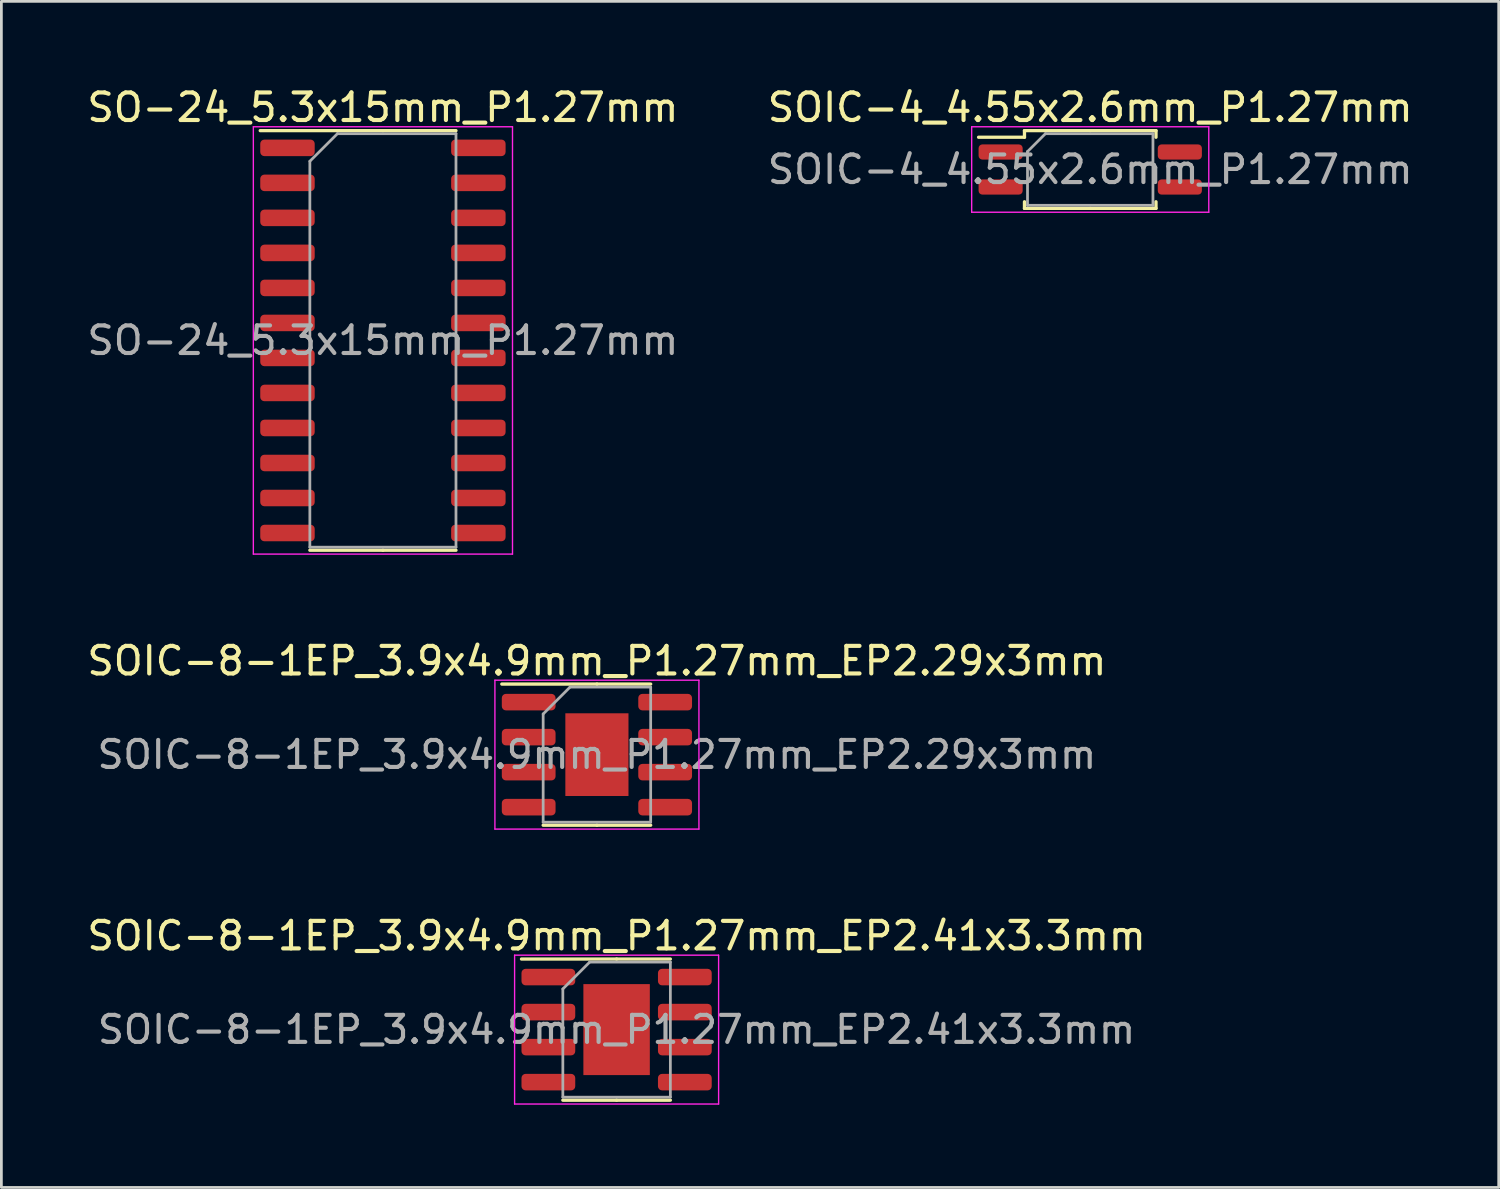
<source format=kicad_pcb>
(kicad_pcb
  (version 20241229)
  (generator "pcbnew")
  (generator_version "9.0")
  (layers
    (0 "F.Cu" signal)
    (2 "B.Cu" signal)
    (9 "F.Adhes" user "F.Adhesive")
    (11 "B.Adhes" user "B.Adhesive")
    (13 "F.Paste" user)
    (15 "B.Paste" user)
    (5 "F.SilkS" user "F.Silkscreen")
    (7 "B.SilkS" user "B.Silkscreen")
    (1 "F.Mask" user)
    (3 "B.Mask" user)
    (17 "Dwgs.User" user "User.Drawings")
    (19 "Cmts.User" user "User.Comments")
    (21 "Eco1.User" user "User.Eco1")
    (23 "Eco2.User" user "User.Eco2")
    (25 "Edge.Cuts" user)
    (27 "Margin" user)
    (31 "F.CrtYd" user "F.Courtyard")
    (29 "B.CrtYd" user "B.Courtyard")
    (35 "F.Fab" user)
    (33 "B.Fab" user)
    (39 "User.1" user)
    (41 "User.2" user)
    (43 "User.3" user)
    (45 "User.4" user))
  (footprint "SOIC-8-1EP_3.9x4.9mm_P1.27mm_EP2.29x3mm"
    (layer "F.Cu")
    (at 18.601 24.322)
    (property "Reference" "SOIC-8-1EP_3.9x4.9mm_P1.27mm_EP2.29x3mm" (at 0 -3.4 0) (layer "F.SilkS") (effects (font (size 1 1) (thickness 0.15))))
    (attr smd)
    (fp_line (start 0 -2.56) (end -3.45 -2.56) (stroke (width 0.12) (type solid)) (layer "F.SilkS"))
    (fp_line (start 0 -2.56) (end 1.95 -2.56) (stroke (width 0.12) (type solid)) (layer "F.SilkS"))
    (fp_line (start 0 2.56) (end -1.95 2.56) (stroke (width 0.12) (type solid)) (layer "F.SilkS"))
    (fp_line (start 0 2.56) (end 1.95 2.56) (stroke (width 0.12) (type solid)) (layer "F.SilkS"))
    (fp_line (start -3.7 -2.7) (end -3.7 2.7) (stroke (width 0.05) (type solid)) (layer "F.CrtYd"))
    (fp_line (start -3.7 2.7) (end 3.7 2.7) (stroke (width 0.05) (type solid)) (layer "F.CrtYd"))
    (fp_line (start 3.7 -2.7) (end -3.7 -2.7) (stroke (width 0.05) (type solid)) (layer "F.CrtYd"))
    (fp_line (start 3.7 2.7) (end 3.7 -2.7) (stroke (width 0.05) (type solid)) (layer "F.CrtYd"))
    (fp_line (start -1.95 -1.475) (end -0.975 -2.45) (stroke (width 0.1) (type solid)) (layer "F.Fab"))
    (fp_line (start -1.95 2.45) (end -1.95 -1.475) (stroke (width 0.1) (type solid)) (layer "F.Fab"))
    (fp_line (start -0.975 -2.45) (end 1.95 -2.45) (stroke (width 0.1) (type solid)) (layer "F.Fab"))
    (fp_line (start 1.95 -2.45) (end 1.95 2.45) (stroke (width 0.1) (type solid)) (layer "F.Fab"))
    (fp_line (start 1.95 2.45) (end -1.95 2.45) (stroke (width 0.1) (type solid)) (layer "F.Fab"))
    (fp_text user "${REFERENCE}" (at 0 0 0) (layer "F.Fab") (effects (font (size 0.98 0.98) (thickness 0.15))))
    (pad "" smd roundrect (at -0.57 -0.75) (size 0.92 1.21) (layers "F.Paste") (roundrect_rratio 0.25))
    (pad "" smd roundrect (at -0.57 0.75) (size 0.92 1.21) (layers "F.Paste") (roundrect_rratio 0.25))
    (pad "" smd roundrect (at 0.57 -0.75) (size 0.92 1.21) (layers "F.Paste") (roundrect_rratio 0.25))
    (pad "" smd roundrect (at 0.57 0.75) (size 0.92 1.21) (layers "F.Paste") (roundrect_rratio 0.25))
    (pad "1" smd roundrect (at -2.475 -1.905) (size 1.95 0.6) (layers "F.Cu" "F.Mask" "F.Paste") (roundrect_rratio 0.25))
    (pad "2" smd roundrect (at -2.475 -0.635) (size 1.95 0.6) (layers "F.Cu" "F.Mask" "F.Paste") (roundrect_rratio 0.25))
    (pad "3" smd roundrect (at -2.475 0.635) (size 1.95 0.6) (layers "F.Cu" "F.Mask" "F.Paste") (roundrect_rratio 0.25))
    (pad "4" smd roundrect (at -2.475 1.905) (size 1.95 0.6) (layers "F.Cu" "F.Mask" "F.Paste") (roundrect_rratio 0.25))
    (pad "5" smd roundrect (at 2.475 1.905) (size 1.95 0.6) (layers "F.Cu" "F.Mask" "F.Paste") (roundrect_rratio 0.25))
    (pad "6" smd roundrect (at 2.475 0.635) (size 1.95 0.6) (layers "F.Cu" "F.Mask" "F.Paste") (roundrect_rratio 0.25))
    (pad "7" smd roundrect (at 2.475 -0.635) (size 1.95 0.6) (layers "F.Cu" "F.Mask" "F.Paste") (roundrect_rratio 0.25))
    (pad "8" smd roundrect (at 2.475 -1.905) (size 1.95 0.6) (layers "F.Cu" "F.Mask" "F.Paste") (roundrect_rratio 0.25))
    (pad "9" smd rect (at 0 0) (size 2.29 3) (layers "F.Cu" "F.Mask")))
  (footprint "SO-24_5.3x15mm_P1.27mm"
    (layer "F.Cu")
    (at 10.839 9.298)
    (property "Reference" "SO-24_5.3x15mm_P1.27mm" (at 0 -8.45 0) (layer "F.SilkS") (effects (font (size 1 1) (thickness 0.15))))
    (attr smd)
    (fp_line (start 0 -7.61) (end -4.45 -7.61) (stroke (width 0.12) (type solid)) (layer "F.SilkS"))
    (fp_line (start 0 -7.61) (end 2.65 -7.61) (stroke (width 0.12) (type solid)) (layer "F.SilkS"))
    (fp_line (start 0 7.61) (end -2.65 7.61) (stroke (width 0.12) (type solid)) (layer "F.SilkS"))
    (fp_line (start 0 7.61) (end 2.65 7.61) (stroke (width 0.12) (type solid)) (layer "F.SilkS"))
    (fp_line (start -4.7 -7.75) (end -4.7 7.75) (stroke (width 0.05) (type solid)) (layer "F.CrtYd"))
    (fp_line (start -4.7 7.75) (end 4.7 7.75) (stroke (width 0.05) (type solid)) (layer "F.CrtYd"))
    (fp_line (start 4.7 -7.75) (end -4.7 -7.75) (stroke (width 0.05) (type solid)) (layer "F.CrtYd"))
    (fp_line (start 4.7 7.75) (end 4.7 -7.75) (stroke (width 0.05) (type solid)) (layer "F.CrtYd"))
    (fp_line (start -2.65 -6.5) (end -1.65 -7.5) (stroke (width 0.1) (type solid)) (layer "F.Fab"))
    (fp_line (start -2.65 7.5) (end -2.65 -6.5) (stroke (width 0.1) (type solid)) (layer "F.Fab"))
    (fp_line (start -1.65 -7.5) (end 2.65 -7.5) (stroke (width 0.1) (type solid)) (layer "F.Fab"))
    (fp_line (start 2.65 -7.5) (end 2.65 7.5) (stroke (width 0.1) (type solid)) (layer "F.Fab"))
    (fp_line (start 2.65 7.5) (end -2.65 7.5) (stroke (width 0.1) (type solid)) (layer "F.Fab"))
    (fp_text user "${REFERENCE}" (at 0 0 0) (layer "F.Fab") (effects (font (size 1 1) (thickness 0.15))))
    (pad "1" smd roundrect (at -3.462 -6.985) (size 1.975 0.6) (layers "F.Cu" "F.Mask" "F.Paste") (roundrect_rratio 0.25))
    (pad "2" smd roundrect (at -3.462 -5.715) (size 1.975 0.6) (layers "F.Cu" "F.Mask" "F.Paste") (roundrect_rratio 0.25))
    (pad "3" smd roundrect (at -3.462 -4.445) (size 1.975 0.6) (layers "F.Cu" "F.Mask" "F.Paste") (roundrect_rratio 0.25))
    (pad "4" smd roundrect (at -3.462 -3.175) (size 1.975 0.6) (layers "F.Cu" "F.Mask" "F.Paste") (roundrect_rratio 0.25))
    (pad "5" smd roundrect (at -3.462 -1.905) (size 1.975 0.6) (layers "F.Cu" "F.Mask" "F.Paste") (roundrect_rratio 0.25))
    (pad "6" smd roundrect (at -3.462 -0.635) (size 1.975 0.6) (layers "F.Cu" "F.Mask" "F.Paste") (roundrect_rratio 0.25))
    (pad "7" smd roundrect (at -3.462 0.635) (size 1.975 0.6) (layers "F.Cu" "F.Mask" "F.Paste") (roundrect_rratio 0.25))
    (pad "8" smd roundrect (at -3.462 1.905) (size 1.975 0.6) (layers "F.Cu" "F.Mask" "F.Paste") (roundrect_rratio 0.25))
    (pad "9" smd roundrect (at -3.462 3.175) (size 1.975 0.6) (layers "F.Cu" "F.Mask" "F.Paste") (roundrect_rratio 0.25))
    (pad "10" smd roundrect (at -3.462 4.445) (size 1.975 0.6) (layers "F.Cu" "F.Mask" "F.Paste") (roundrect_rratio 0.25))
    (pad "11" smd roundrect (at -3.462 5.715) (size 1.975 0.6) (layers "F.Cu" "F.Mask" "F.Paste") (roundrect_rratio 0.25))
    (pad "12" smd roundrect (at -3.462 6.985) (size 1.975 0.6) (layers "F.Cu" "F.Mask" "F.Paste") (roundrect_rratio 0.25))
    (pad "13" smd roundrect (at 3.462 6.985) (size 1.975 0.6) (layers "F.Cu" "F.Mask" "F.Paste") (roundrect_rratio 0.25))
    (pad "14" smd roundrect (at 3.462 5.715) (size 1.975 0.6) (layers "F.Cu" "F.Mask" "F.Paste") (roundrect_rratio 0.25))
    (pad "15" smd roundrect (at 3.462 4.445) (size 1.975 0.6) (layers "F.Cu" "F.Mask" "F.Paste") (roundrect_rratio 0.25))
    (pad "16" smd roundrect (at 3.462 3.175) (size 1.975 0.6) (layers "F.Cu" "F.Mask" "F.Paste") (roundrect_rratio 0.25))
    (pad "17" smd roundrect (at 3.462 1.905) (size 1.975 0.6) (layers "F.Cu" "F.Mask" "F.Paste") (roundrect_rratio 0.25))
    (pad "18" smd roundrect (at 3.462 0.635) (size 1.975 0.6) (layers "F.Cu" "F.Mask" "F.Paste") (roundrect_rratio 0.25))
    (pad "19" smd roundrect (at 3.462 -0.635) (size 1.975 0.6) (layers "F.Cu" "F.Mask" "F.Paste") (roundrect_rratio 0.25))
    (pad "20" smd roundrect (at 3.462 -1.905) (size 1.975 0.6) (layers "F.Cu" "F.Mask" "F.Paste") (roundrect_rratio 0.25))
    (pad "21" smd roundrect (at 3.462 -3.175) (size 1.975 0.6) (layers "F.Cu" "F.Mask" "F.Paste") (roundrect_rratio 0.25))
    (pad "22" smd roundrect (at 3.462 -4.445) (size 1.975 0.6) (layers "F.Cu" "F.Mask" "F.Paste") (roundrect_rratio 0.25))
    (pad "23" smd roundrect (at 3.462 -5.715) (size 1.975 0.6) (layers "F.Cu" "F.Mask" "F.Paste") (roundrect_rratio 0.25))
    (pad "24" smd roundrect (at 3.462 -6.985) (size 1.975 0.6) (layers "F.Cu" "F.Mask" "F.Paste") (roundrect_rratio 0.25)))
  (footprint "SOIC-8-1EP_3.9x4.9mm_P1.27mm_EP2.41x3.3mm"
    (layer "F.Cu")
    (at 19.315 34.295)
    (property "Reference" "SOIC-8-1EP_3.9x4.9mm_P1.27mm_EP2.41x3.3mm" (at 0 -3.4 0) (layer "F.SilkS") (effects (font (size 1 1) (thickness 0.15))))
    (attr smd)
    (fp_line (start 0 -2.56) (end -3.45 -2.56) (stroke (width 0.12) (type solid)) (layer "F.SilkS"))
    (fp_line (start 0 -2.56) (end 1.95 -2.56) (stroke (width 0.12) (type solid)) (layer "F.SilkS"))
    (fp_line (start 0 2.56) (end -1.95 2.56) (stroke (width 0.12) (type solid)) (layer "F.SilkS"))
    (fp_line (start 0 2.56) (end 1.95 2.56) (stroke (width 0.12) (type solid)) (layer "F.SilkS"))
    (fp_line (start -3.7 -2.7) (end -3.7 2.7) (stroke (width 0.05) (type solid)) (layer "F.CrtYd"))
    (fp_line (start -3.7 2.7) (end 3.7 2.7) (stroke (width 0.05) (type solid)) (layer "F.CrtYd"))
    (fp_line (start 3.7 -2.7) (end -3.7 -2.7) (stroke (width 0.05) (type solid)) (layer "F.CrtYd"))
    (fp_line (start 3.7 2.7) (end 3.7 -2.7) (stroke (width 0.05) (type solid)) (layer "F.CrtYd"))
    (fp_line (start -1.95 -1.475) (end -0.975 -2.45) (stroke (width 0.1) (type solid)) (layer "F.Fab"))
    (fp_line (start -1.95 2.45) (end -1.95 -1.475) (stroke (width 0.1) (type solid)) (layer "F.Fab"))
    (fp_line (start -0.975 -2.45) (end 1.95 -2.45) (stroke (width 0.1) (type solid)) (layer "F.Fab"))
    (fp_line (start 1.95 -2.45) (end 1.95 2.45) (stroke (width 0.1) (type solid)) (layer "F.Fab"))
    (fp_line (start 1.95 2.45) (end -1.95 2.45) (stroke (width 0.1) (type solid)) (layer "F.Fab"))
    (fp_text user "${REFERENCE}" (at 0 0 0) (layer "F.Fab") (effects (font (size 0.98 0.98) (thickness 0.15))))
    (pad "" smd roundrect (at -0.6 -0.825) (size 0.97 1.33) (layers "F.Paste") (roundrect_rratio 0.25))
    (pad "" smd roundrect (at -0.6 0.825) (size 0.97 1.33) (layers "F.Paste") (roundrect_rratio 0.25))
    (pad "" smd roundrect (at 0.6 -0.825) (size 0.97 1.33) (layers "F.Paste") (roundrect_rratio 0.25))
    (pad "" smd roundrect (at 0.6 0.825) (size 0.97 1.33) (layers "F.Paste") (roundrect_rratio 0.25))
    (pad "1" smd roundrect (at -2.475 -1.905) (size 1.95 0.6) (layers "F.Cu" "F.Mask" "F.Paste") (roundrect_rratio 0.25))
    (pad "2" smd roundrect (at -2.475 -0.635) (size 1.95 0.6) (layers "F.Cu" "F.Mask" "F.Paste") (roundrect_rratio 0.25))
    (pad "3" smd roundrect (at -2.475 0.635) (size 1.95 0.6) (layers "F.Cu" "F.Mask" "F.Paste") (roundrect_rratio 0.25))
    (pad "4" smd roundrect (at -2.475 1.905) (size 1.95 0.6) (layers "F.Cu" "F.Mask" "F.Paste") (roundrect_rratio 0.25))
    (pad "5" smd roundrect (at 2.475 1.905) (size 1.95 0.6) (layers "F.Cu" "F.Mask" "F.Paste") (roundrect_rratio 0.25))
    (pad "6" smd roundrect (at 2.475 0.635) (size 1.95 0.6) (layers "F.Cu" "F.Mask" "F.Paste") (roundrect_rratio 0.25))
    (pad "7" smd roundrect (at 2.475 -0.635) (size 1.95 0.6) (layers "F.Cu" "F.Mask" "F.Paste") (roundrect_rratio 0.25))
    (pad "8" smd roundrect (at 2.475 -1.905) (size 1.95 0.6) (layers "F.Cu" "F.Mask" "F.Paste") (roundrect_rratio 0.25))
    (pad "9" smd rect (at 0 0) (size 2.41 3.3) (layers "F.Cu" "F.Mask")))
  (footprint "SOIC-4_4.55x2.6mm_P1.27mm"
    (layer "F.Cu")
    (at 36.494 3.098)
    (property "Reference" "SOIC-4_4.55x2.6mm_P1.27mm" (at 0 -2.25 0) (layer "F.SilkS") (effects (font (size 1 1) (thickness 0.15))))
    (attr smd)
    (fp_line (start -2.385 -1.41) (end -2.385 -1.17) (stroke (width 0.12) (type solid)) (layer "F.SilkS"))
    (fp_line (start -2.385 -1.17) (end -4.05 -1.17) (stroke (width 0.12) (type solid)) (layer "F.SilkS"))
    (fp_line (start -2.385 1.41) (end -2.385 1.17) (stroke (width 0.12) (type solid)) (layer "F.SilkS"))
    (fp_line (start 0 -1.41) (end -2.385 -1.41) (stroke (width 0.12) (type solid)) (layer "F.SilkS"))
    (fp_line (start 0 -1.41) (end 2.385 -1.41) (stroke (width 0.12) (type solid)) (layer "F.SilkS"))
    (fp_line (start 0 1.41) (end -2.385 1.41) (stroke (width 0.12) (type solid)) (layer "F.SilkS"))
    (fp_line (start 0 1.41) (end 2.385 1.41) (stroke (width 0.12) (type solid)) (layer "F.SilkS"))
    (fp_line (start 2.385 -1.41) (end 2.385 -1.17) (stroke (width 0.12) (type solid)) (layer "F.SilkS"))
    (fp_line (start 2.385 1.41) (end 2.385 1.17) (stroke (width 0.12) (type solid)) (layer "F.SilkS"))
    (fp_line (start -4.3 -1.55) (end -4.3 1.55) (stroke (width 0.05) (type solid)) (layer "F.CrtYd"))
    (fp_line (start -4.3 1.55) (end 4.3 1.55) (stroke (width 0.05) (type solid)) (layer "F.CrtYd"))
    (fp_line (start 4.3 -1.55) (end -4.3 -1.55) (stroke (width 0.05) (type solid)) (layer "F.CrtYd"))
    (fp_line (start 4.3 1.55) (end 4.3 -1.55) (stroke (width 0.05) (type solid)) (layer "F.CrtYd"))
    (fp_line (start -2.275 -0.65) (end -1.625 -1.3) (stroke (width 0.1) (type solid)) (layer "F.Fab"))
    (fp_line (start -2.275 1.3) (end -2.275 -0.65) (stroke (width 0.1) (type solid)) (layer "F.Fab"))
    (fp_line (start -1.625 -1.3) (end 2.275 -1.3) (stroke (width 0.1) (type solid)) (layer "F.Fab"))
    (fp_line (start 2.275 -1.3) (end 2.275 1.3) (stroke (width 0.1) (type solid)) (layer "F.Fab"))
    (fp_line (start 2.275 1.3) (end -2.275 1.3) (stroke (width 0.1) (type solid)) (layer "F.Fab"))
    (fp_text user "${REFERENCE}" (at 0 0 0) (layer "F.Fab") (effects (font (size 1 1) (thickness 0.15))))
    (pad "1" smd roundrect (at -3.25 -0.635) (size 1.6 0.55) (layers "F.Cu" "F.Mask" "F.Paste") (roundrect_rratio 0.25))
    (pad "2" smd roundrect (at -3.25 0.635) (size 1.6 0.55) (layers "F.Cu" "F.Mask" "F.Paste") (roundrect_rratio 0.25))
    (pad "3" smd roundrect (at 3.25 0.635) (size 1.6 0.55) (layers "F.Cu" "F.Mask" "F.Paste") (roundrect_rratio 0.25))
    (pad "4" smd roundrect (at 3.25 -0.635) (size 1.6 0.55) (layers "F.Cu" "F.Mask" "F.Paste") (roundrect_rratio 0.25)))
  (gr_rect
    (start -3 -3)
    (end 51.31 40.02)
    (stroke (width 0.1) (type default))
    (fill no)
    (layer "Edge.Cuts")))
</source>
